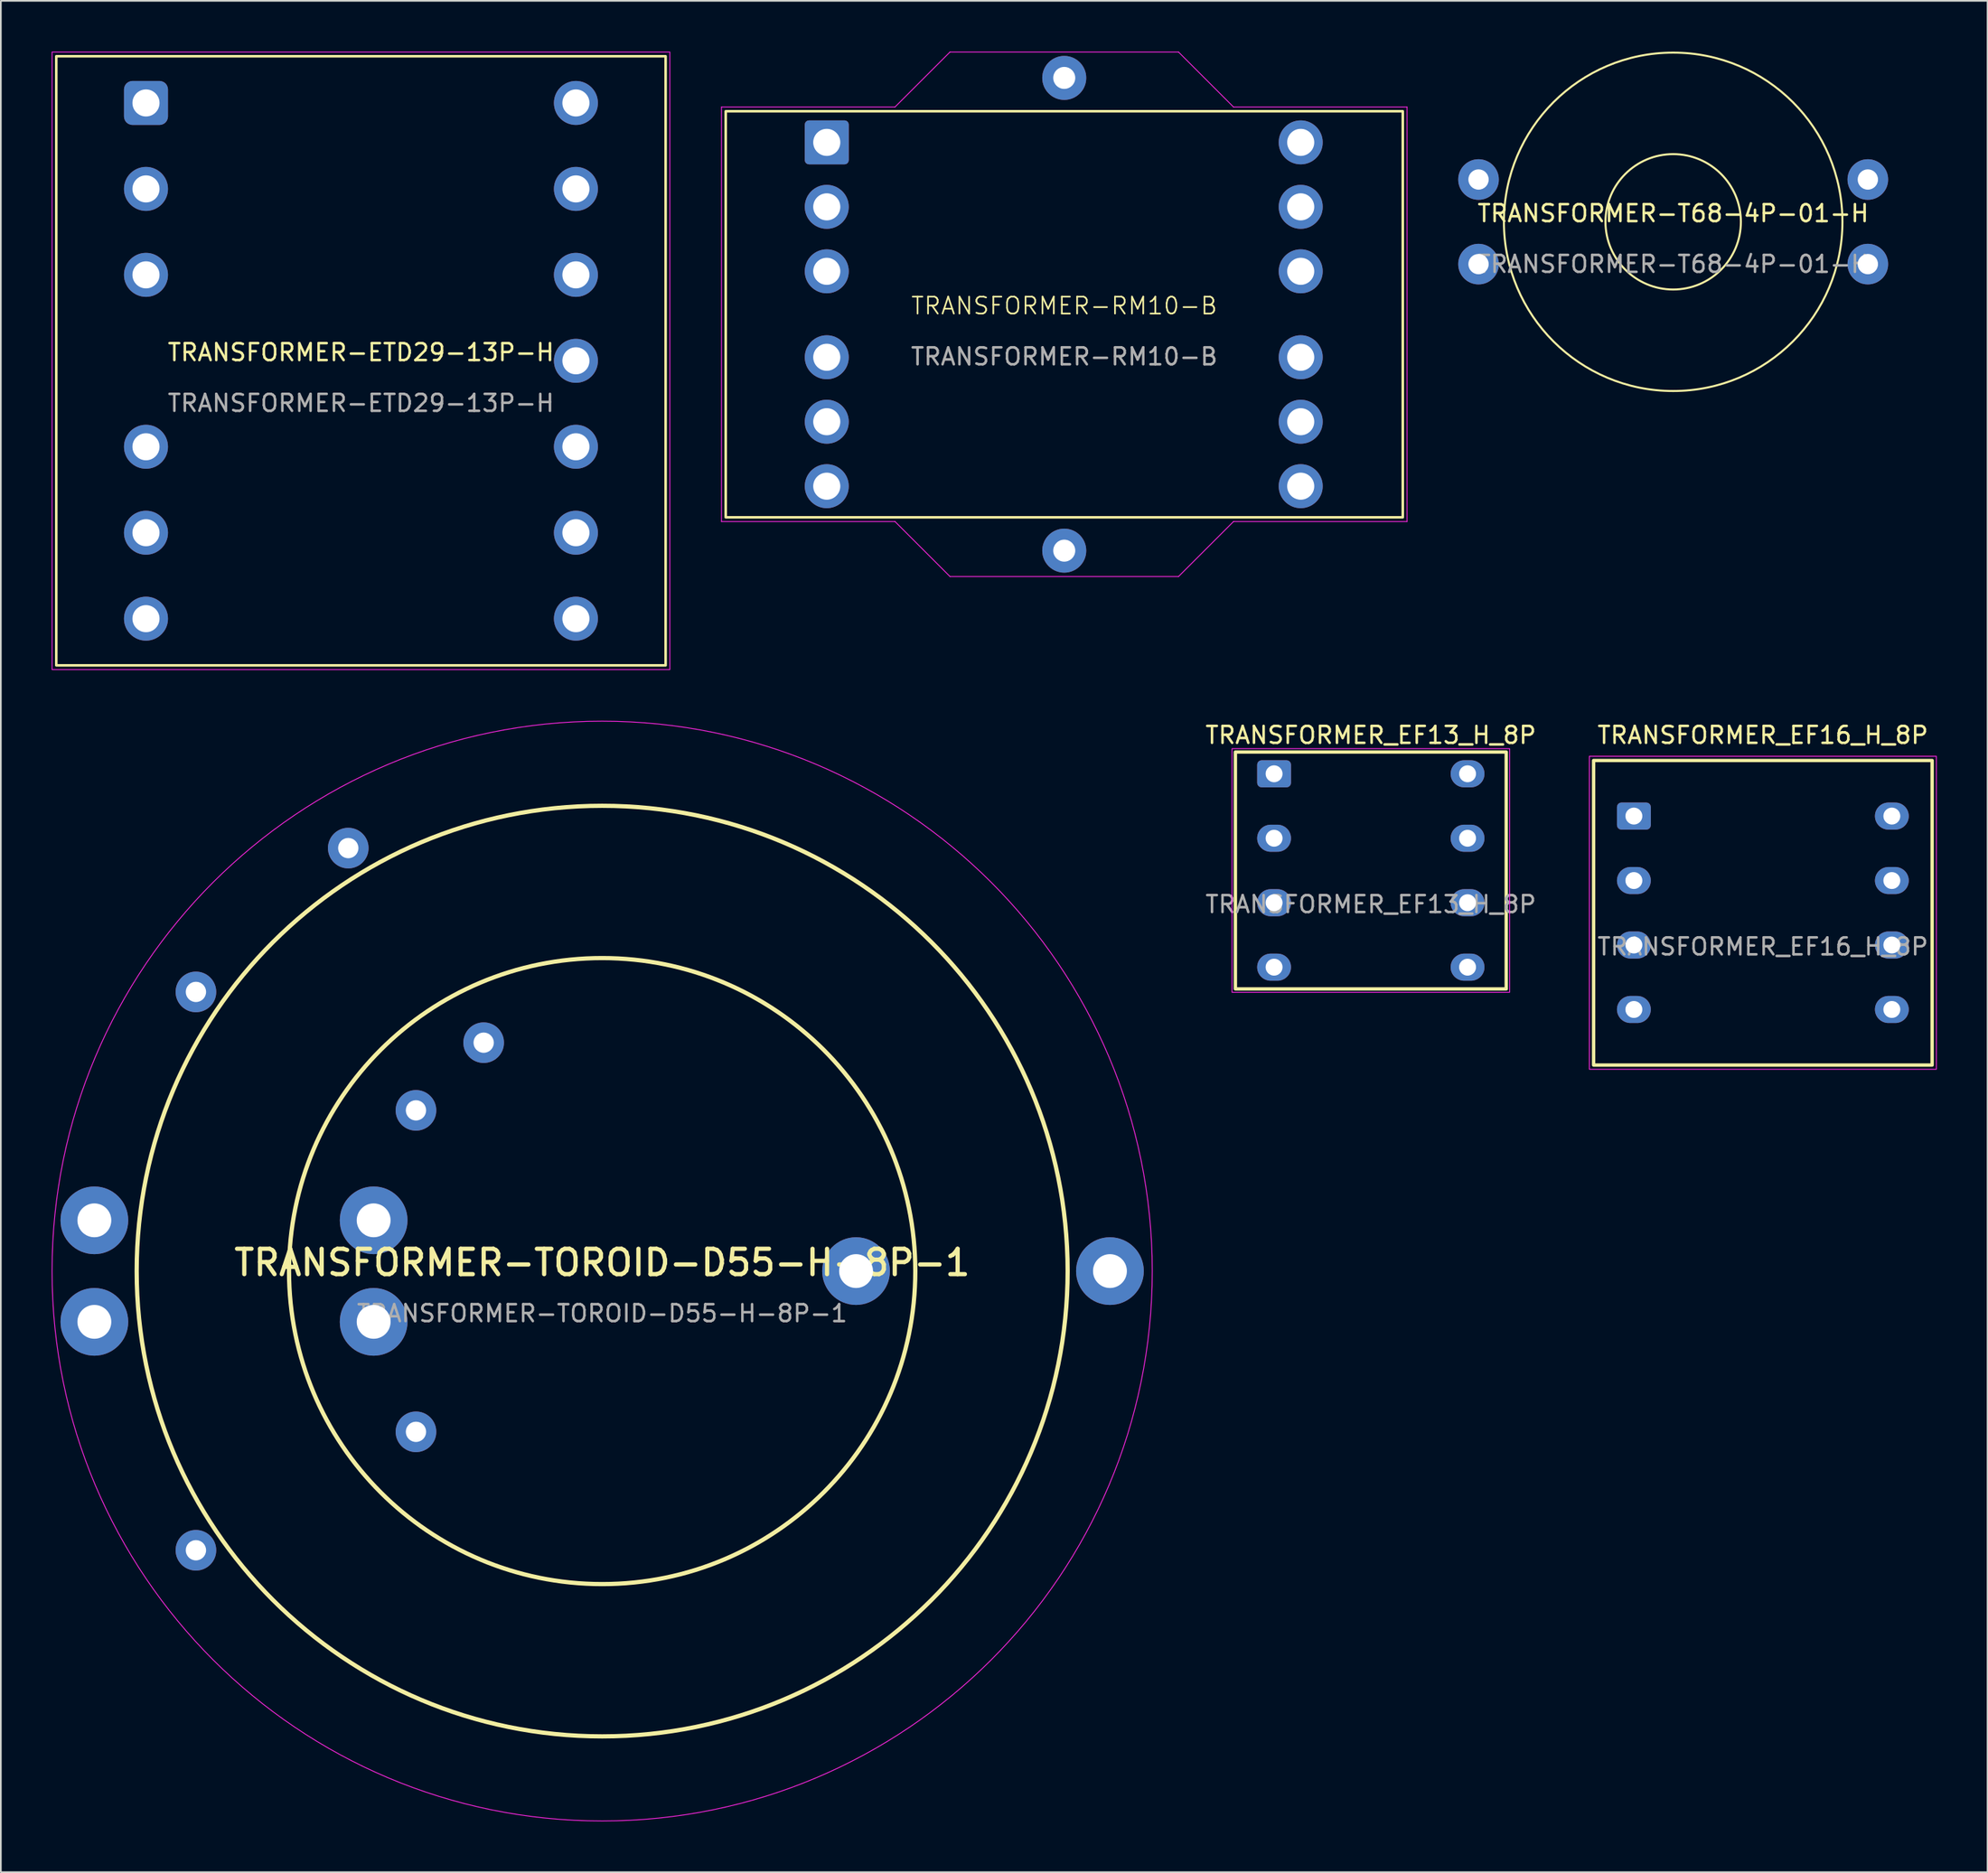
<source format=kicad_pcb>
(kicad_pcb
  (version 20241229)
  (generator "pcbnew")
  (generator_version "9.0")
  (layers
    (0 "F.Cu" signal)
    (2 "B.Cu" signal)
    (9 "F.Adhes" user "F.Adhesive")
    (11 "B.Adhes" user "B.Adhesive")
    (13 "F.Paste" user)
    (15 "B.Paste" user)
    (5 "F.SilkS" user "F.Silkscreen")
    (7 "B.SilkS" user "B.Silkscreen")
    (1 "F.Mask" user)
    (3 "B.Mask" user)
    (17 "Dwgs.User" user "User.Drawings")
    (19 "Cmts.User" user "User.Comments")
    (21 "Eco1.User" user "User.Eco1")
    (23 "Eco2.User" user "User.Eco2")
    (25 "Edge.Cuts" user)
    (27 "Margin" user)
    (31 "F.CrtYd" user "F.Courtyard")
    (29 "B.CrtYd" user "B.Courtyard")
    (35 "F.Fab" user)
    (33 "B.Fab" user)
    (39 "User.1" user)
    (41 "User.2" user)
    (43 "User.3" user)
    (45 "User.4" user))
  (footprint "TRANSFORMER_EF16_H_8P"
    (layer "F.Cu")
    (at 101.099 50.898)
    (property "Reference" "TRANSFORMER_EF16_H_8P" (at 0 -10.5 0) (unlocked yes) (layer "F.SilkS") (effects (font (size 1 1) (thickness 0.15))))
    (attr through_hole)
    (fp_rect (start -10 -9) (end 10 9) (stroke (width 0.2) (type default)) (fill no) (layer "F.SilkS"))
    (fp_rect (start -10.25 -9.25) (end 10.25 9.25) (stroke (width 0.05) (type default)) (fill no) (layer "F.CrtYd"))
    (fp_text user "${REFERENCE}" (at 0 2 0) (unlocked yes) (layer "F.Fab") (effects (font (size 1 1) (thickness 0.15))))
    (pad "1" thru_hole roundrect (at -7.62 -5.715) (size 2 1.6) (drill 1) (layers "*.Cu" "*.Mask") (roundrect_rratio 0.164))
    (pad "2" thru_hole oval (at -7.62 -1.905) (size 2 1.6) (drill 1) (layers "*.Cu" "*.Mask"))
    (pad "3" thru_hole oval (at -7.62 1.905) (size 2 1.6) (drill 1) (layers "*.Cu" "*.Mask"))
    (pad "4" thru_hole oval (at -7.62 5.715) (size 2 1.6) (drill 1) (layers "*.Cu" "*.Mask"))
    (pad "5" thru_hole oval (at 7.62 5.715) (size 2 1.6) (drill 1) (layers "*.Cu" "*.Mask"))
    (pad "6" thru_hole oval (at 7.62 1.905) (size 2 1.6) (drill 1) (layers "*.Cu" "*.Mask"))
    (pad "7" thru_hole oval (at 7.62 -1.905) (size 2 1.6) (drill 1) (layers "*.Cu" "*.Mask"))
    (pad "8" thru_hole oval (at 7.62 -5.715) (size 2 1.6) (drill 1) (layers "*.Cu" "*.Mask")))
  (footprint "TRANSFORMER-RM10-B"
    (layer "F.Cu")
    (at 59.825 15.525)
    (property "Reference" "TRANSFORMER-RM10-B" (at 0 -0.5 0) (unlocked yes) (layer "F.SilkS") (effects (font (size 1 1) (thickness 0.1))))
    (attr through_hole)
    (fp_rect (start -20 -12) (end 20 12) (stroke (width 0.15) (type solid)) (fill no) (layer "F.SilkS"))
    (fp_line (start -20.25 -12.25) (end -10 -12.25) (stroke (width 0.05) (type default)) (layer "F.CrtYd"))
    (fp_line (start -20.25 12.25) (end -20.25 -12.25) (stroke (width 0.05) (type default)) (layer "F.CrtYd"))
    (fp_line (start -10 -12.25) (end -6.75 -15.5) (stroke (width 0.05) (type default)) (layer "F.CrtYd"))
    (fp_line (start -10 12.25) (end -20.25 12.25) (stroke (width 0.05) (type default)) (layer "F.CrtYd"))
    (fp_line (start -6.75 -15.5) (end 6.75 -15.5) (stroke (width 0.05) (type default)) (layer "F.CrtYd"))
    (fp_line (start -6.75 15.5) (end -10 12.25) (stroke (width 0.05) (type default)) (layer "F.CrtYd"))
    (fp_line (start 6.75 -15.5) (end 10 -12.25) (stroke (width 0.05) (type default)) (layer "F.CrtYd"))
    (fp_line (start 6.75 15.5) (end -6.75 15.5) (stroke (width 0.05) (type default)) (layer "F.CrtYd"))
    (fp_line (start 10 -12.25) (end 20.25 -12.25) (stroke (width 0.05) (type default)) (layer "F.CrtYd"))
    (fp_line (start 10 12.25) (end 6.75 15.5) (stroke (width 0.05) (type default)) (layer "F.CrtYd"))
    (fp_line (start 20.25 -12.25) (end 20.25 12.25) (stroke (width 0.05) (type default)) (layer "F.CrtYd"))
    (fp_line (start 20.25 12.25) (end 10 12.25) (stroke (width 0.05) (type default)) (layer "F.CrtYd"))
    (fp_text user "${REFERENCE}" (at 0 2.5 0) (unlocked yes) (layer "F.Fab") (effects (font (size 1 1) (thickness 0.15))))
    (pad "1" thru_hole roundrect (at -14.03 -10.16 180) (size 2.6 2.6) (drill 1.6) (layers "*.Cu" "*.Mask") (roundrect_rratio 0.096))
    (pad "2" thru_hole circle (at -14.03 -6.35 180) (size 2.6 2.6) (drill 1.6) (layers "*.Cu" "*.Mask"))
    (pad "3" thru_hole circle (at -14.03 -2.54 180) (size 2.6 2.6) (drill 1.6) (layers "*.Cu" "*.Mask"))
    (pad "4" thru_hole circle (at -14.03 2.54 180) (size 2.6 2.6) (drill 1.6) (layers "*.Cu" "*.Mask"))
    (pad "5" thru_hole circle (at -14.03 6.35 180) (size 2.6 2.6) (drill 1.6) (layers "*.Cu" "*.Mask"))
    (pad "6" thru_hole circle (at -14.03 10.16 180) (size 2.6 2.6) (drill 1.6) (layers "*.Cu" "*.Mask"))
    (pad "7" thru_hole circle (at 13.97 10.16) (size 2.6 2.6) (drill 1.6) (layers "*.Cu" "*.Mask"))
    (pad "8" thru_hole circle (at 13.97 6.35) (size 2.6 2.6) (drill 1.6) (layers "*.Cu" "*.Mask"))
    (pad "9" thru_hole circle (at 13.97 2.54) (size 2.6 2.6) (drill 1.6) (layers "*.Cu" "*.Mask"))
    (pad "10" thru_hole circle (at 13.97 -2.54) (size 2.6 2.6) (drill 1.6) (layers "*.Cu" "*.Mask"))
    (pad "11" thru_hole circle (at 13.97 -6.35) (size 2.6 2.6) (drill 1.6) (layers "*.Cu" "*.Mask"))
    (pad "12" thru_hole circle (at 13.97 -10.16) (size 2.6 2.6) (drill 1.6) (layers "*.Cu" "*.Mask"))
    (pad "CLIP" thru_hole circle (at 0 -13.97) (size 2.6 2.6) (drill 1.3) (layers "*.Cu" "*.Mask"))
    (pad "CLIP" thru_hole circle (at 0 13.97) (size 2.6 2.6) (drill 1.3) (layers "*.Cu" "*.Mask")))
  (footprint "TRANSFORMER-T68-4P-01-H"
    (layer "F.Cu")
    (at 95.8 10.06)
    (property "Reference" "TRANSFORMER-T68-4P-01-H" (at 0 -0.5 0) (unlocked yes) (layer "F.SilkS") (effects (font (size 1 1) (thickness 0.15))))
    (attr smd)
    (fp_circle (center 0 0) (end 4 0) (stroke (width 0.12) (type solid)) (fill no) (layer "F.SilkS"))
    (fp_circle (center 0 0) (end 10 0) (stroke (width 0.12) (type solid)) (fill no) (layer "F.SilkS"))
    (fp_text user "${REFERENCE}" (at 0 2.5 0) (unlocked yes) (layer "F.Fab") (effects (font (size 1 1) (thickness 0.15))))
    (pad "1" thru_hole circle (at 11.5 -2.5) (size 2.4 2.4) (drill 1.2) (layers "*.Cu" "*.Mask"))
    (pad "2" thru_hole circle (at 11.5 2.5) (size 2.4 2.4) (drill 1.2) (layers "*.Cu" "*.Mask"))
    (pad "3" thru_hole circle (at -11.5 2.5) (size 2.4 2.4) (drill 1.2) (layers "*.Cu" "*.Mask"))
    (pad "4" thru_hole circle (at -11.5 -2.5) (size 2.4 2.4) (drill 1.2) (layers "*.Cu" "*.Mask")))
  (footprint "TRANSFORMER-TOROID-D55-H-8P-1"
    (layer "F.Cu")
    (at 32.525 72.075)
    (property "Reference" "TRANSFORMER-TOROID-D55-H-8P-1" (at 0 -0.5 0) (unlocked yes) (layer "F.SilkS") (effects (font (size 1.5 1.5) (thickness 0.25) (bold yes))))
    (attr through_hole)
    (fp_circle (center 0 0) (end 18.5 0) (stroke (width 0.25) (type default)) (fill no) (layer "F.SilkS"))
    (fp_circle (center 0 0) (end 27.5 0) (stroke (width 0.25) (type default)) (fill no) (layer "F.SilkS"))
    (fp_circle (center 0 0) (end 32.5 0) (stroke (width 0.05) (type default)) (fill no) (layer "F.CrtYd"))
    (fp_text user "${REFERENCE}" (at 0 2.5 0) (unlocked yes) (layer "F.Fab") (effects (font (size 1 1) (thickness 0.15))))
    (pad "1" thru_hole circle (at 30 0) (size 4 4) (drill 2) (layers "*.Cu" "*.Mask"))
    (pad "2" thru_hole circle (at -30 -3) (size 4 4) (drill 2) (layers "*.Cu" "*.Mask"))
    (pad "3" thru_hole circle (at 15 0) (size 4 4) (drill 2) (layers "*.Cu" "*.Mask"))
    (pad "4" thru_hole circle (at -30 3) (size 4 4) (drill 2) (layers "*.Cu" "*.Mask"))
    (pad "5" thru_hole circle (at -13.5 -3) (size 4 4) (drill 2) (layers "*.Cu" "*.Mask"))
    (pad "6" thru_hole circle (at -24 16.5) (size 2.4 2.4) (drill 1.2) (layers "*.Cu" "*.Mask"))
    (pad "7" thru_hole circle (at -13.5 3) (size 4 4) (drill 2) (layers "*.Cu" "*.Mask"))
    (pad "8" thru_hole circle (at -15 -25) (size 2.4 2.4) (drill 1.2) (layers "*.Cu" "*.Mask"))
    (pad "9" thru_hole circle (at -11 9.5) (size 2.4 2.4) (drill 1.2) (layers "*.Cu" "*.Mask"))
    (pad "10" thru_hole circle (at -24 -16.5) (size 2.4 2.4) (drill 1.2) (layers "*.Cu" "*.Mask"))
    (pad "11" thru_hole circle (at -7 -13.5) (size 2.4 2.4) (drill 1.2) (layers "*.Cu" "*.Mask"))
    (pad "12" thru_hole circle (at -11 -9.5) (size 2.4 2.4) (drill 1.2) (layers "*.Cu" "*.Mask")))
  (footprint "TRANSFORMER_EF13_H_8P"
    (layer "F.Cu")
    (at 77.937 48.398)
    (property "Reference" "TRANSFORMER_EF13_H_8P" (at 0 -8 0) (unlocked yes) (layer "F.SilkS") (effects (font (size 1 1) (thickness 0.15))))
    (attr through_hole)
    (fp_rect (start -8 -7) (end 8 7) (stroke (width 0.2) (type default)) (fill no) (layer "F.SilkS"))
    (fp_rect (start -8.2 -7.2) (end 8.2 7.2) (stroke (width 0.05) (type default)) (fill no) (layer "F.CrtYd"))
    (fp_text user "${REFERENCE}" (at 0 2 0) (unlocked yes) (layer "F.Fab") (effects (font (size 1 1) (thickness 0.15))))
    (pad "1" thru_hole roundrect (at -5.715 -5.715) (size 2 1.6) (drill 1) (layers "*.Cu" "*.Mask") (roundrect_rratio 0.164))
    (pad "2" thru_hole oval (at -5.715 -1.905) (size 2 1.6) (drill 1) (layers "*.Cu" "*.Mask"))
    (pad "3" thru_hole oval (at -5.715 1.905) (size 2 1.6) (drill 1) (layers "*.Cu" "*.Mask"))
    (pad "4" thru_hole oval (at -5.715 5.715) (size 2 1.6) (drill 1) (layers "*.Cu" "*.Mask"))
    (pad "5" thru_hole oval (at 5.715 5.715) (size 2 1.6) (drill 1) (layers "*.Cu" "*.Mask"))
    (pad "6" thru_hole oval (at 5.715 1.905) (size 2 1.6) (drill 1) (layers "*.Cu" "*.Mask"))
    (pad "7" thru_hole oval (at 5.715 -1.905) (size 2 1.6) (drill 1) (layers "*.Cu" "*.Mask"))
    (pad "8" thru_hole oval (at 5.715 -5.715) (size 2 1.6) (drill 1) (layers "*.Cu" "*.Mask")))
  (footprint "TRANSFORMER-ETD29-13P-H"
    (layer "F.Cu")
    (at 18.275 18.275)
    (property "Reference" "TRANSFORMER-ETD29-13P-H" (at 0 -0.5 0) (unlocked yes) (layer "F.SilkS") (effects (font (size 1 1) (thickness 0.15))))
    (attr through_hole)
    (fp_rect (start -18 -18) (end 18 18) (stroke (width 0.15) (type default)) (fill no) (layer "F.SilkS"))
    (fp_rect (start -18.25 -18.25) (end 18.25 18.25) (stroke (width 0.05) (type default)) (fill no) (layer "F.CrtYd"))
    (fp_text user "${REFERENCE}" (at 0 2.5 0) (unlocked yes) (layer "F.Fab") (effects (font (size 1 1) (thickness 0.15))))
    (pad "1" thru_hole roundrect (at -12.7 -15.24) (size 2.6 2.6) (drill 1.6) (layers "*.Cu" "*.Mask") (roundrect_rratio 0.192))
    (pad "2" thru_hole circle (at -12.7 -10.16) (size 2.6 2.6) (drill 1.6) (layers "*.Cu" "*.Mask"))
    (pad "3" thru_hole circle (at -12.7 -5.08) (size 2.6 2.6) (drill 1.6) (layers "*.Cu" "*.Mask"))
    (pad "4" thru_hole circle (at -12.7 5.08) (size 2.6 2.6) (drill 1.6) (layers "*.Cu" "*.Mask"))
    (pad "5" thru_hole circle (at -12.7 10.16) (size 2.6 2.6) (drill 1.6) (layers "*.Cu" "*.Mask"))
    (pad "6" thru_hole circle (at -12.7 15.24) (size 2.6 2.6) (drill 1.6) (layers "*.Cu" "*.Mask"))
    (pad "7" thru_hole circle (at 12.7 15.24) (size 2.6 2.6) (drill 1.6) (layers "*.Cu" "*.Mask"))
    (pad "8" thru_hole circle (at 12.7 10.16) (size 2.6 2.6) (drill 1.6) (layers "*.Cu" "*.Mask"))
    (pad "9" thru_hole circle (at 12.7 5.08) (size 2.6 2.6) (drill 1.6) (layers "*.Cu" "*.Mask"))
    (pad "10" thru_hole circle (at 12.7 0) (size 2.6 2.6) (drill 1.6) (layers "*.Cu" "*.Mask"))
    (pad "11" thru_hole circle (at 12.7 -5.08) (size 2.6 2.6) (drill 1.6) (layers "*.Cu" "*.Mask"))
    (pad "12" thru_hole circle (at 12.7 -10.16) (size 2.6 2.6) (drill 1.6) (layers "*.Cu" "*.Mask"))
    (pad "13" thru_hole circle (at 12.7 -15.24) (size 2.6 2.6) (drill 1.6) (layers "*.Cu" "*.Mask")))
  (gr_rect
    (start -3 -3)
    (end 114.374 107.6)
    (stroke (width 0.1) (type default))
    (fill no)
    (layer "Edge.Cuts")))
</source>
